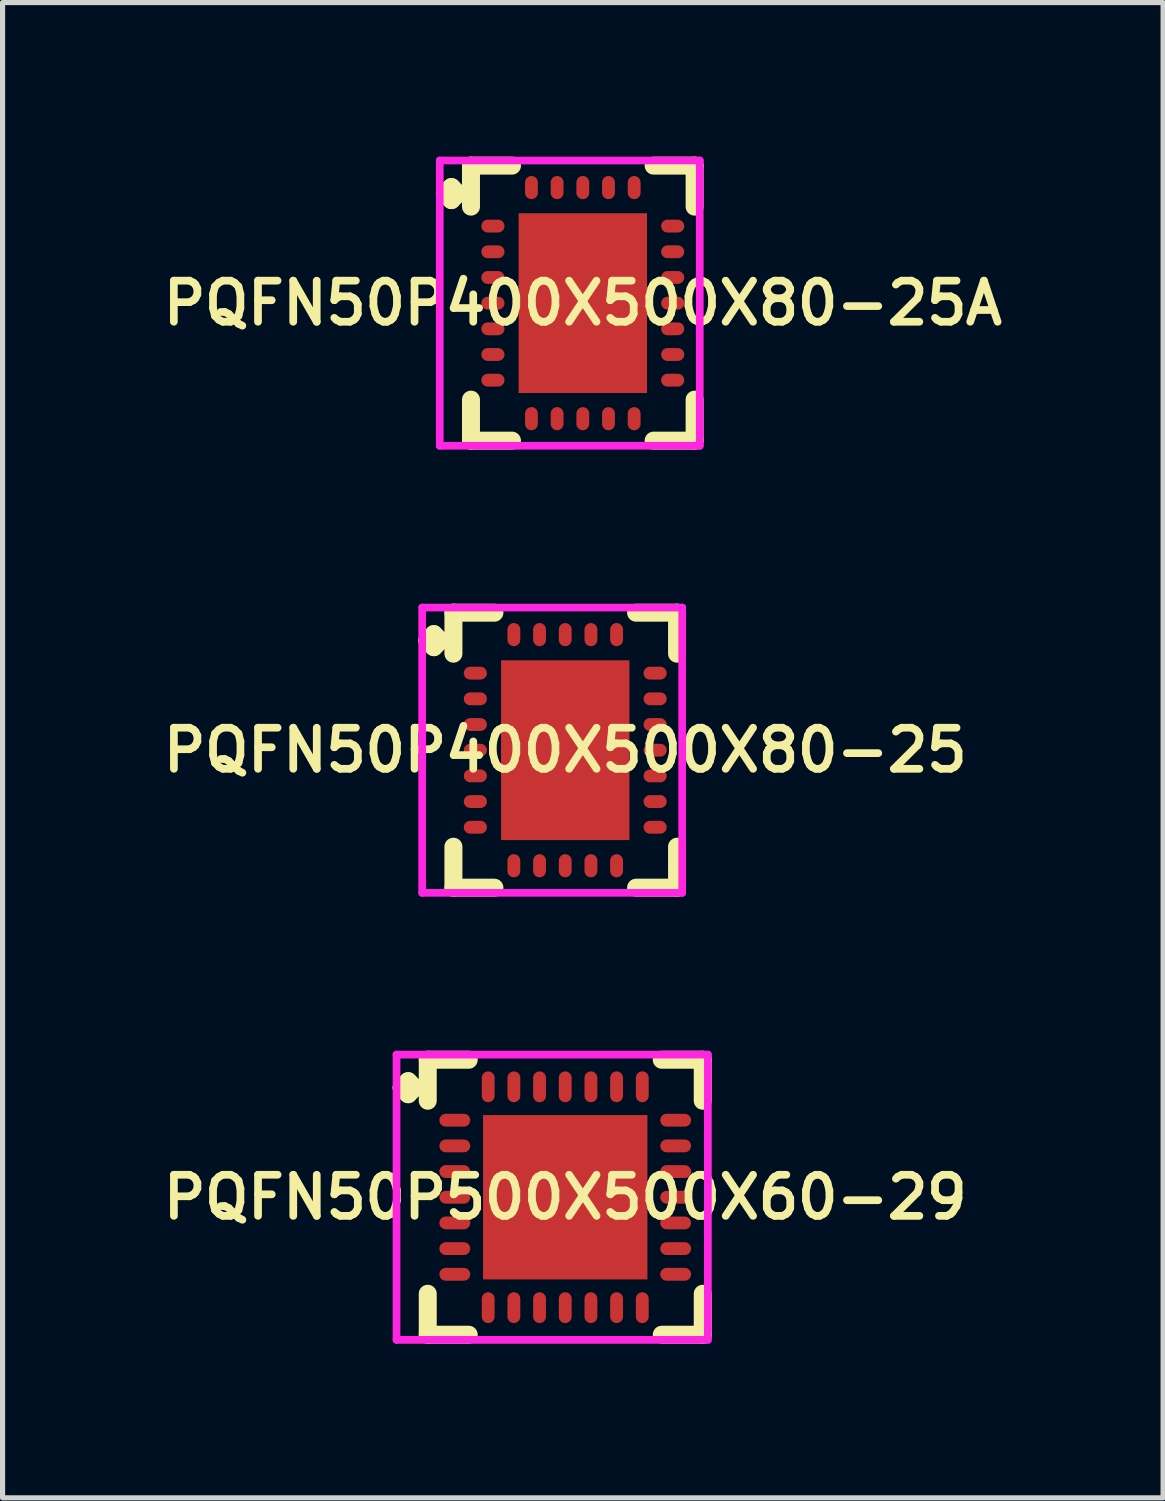
<source format=kicad_pcb>
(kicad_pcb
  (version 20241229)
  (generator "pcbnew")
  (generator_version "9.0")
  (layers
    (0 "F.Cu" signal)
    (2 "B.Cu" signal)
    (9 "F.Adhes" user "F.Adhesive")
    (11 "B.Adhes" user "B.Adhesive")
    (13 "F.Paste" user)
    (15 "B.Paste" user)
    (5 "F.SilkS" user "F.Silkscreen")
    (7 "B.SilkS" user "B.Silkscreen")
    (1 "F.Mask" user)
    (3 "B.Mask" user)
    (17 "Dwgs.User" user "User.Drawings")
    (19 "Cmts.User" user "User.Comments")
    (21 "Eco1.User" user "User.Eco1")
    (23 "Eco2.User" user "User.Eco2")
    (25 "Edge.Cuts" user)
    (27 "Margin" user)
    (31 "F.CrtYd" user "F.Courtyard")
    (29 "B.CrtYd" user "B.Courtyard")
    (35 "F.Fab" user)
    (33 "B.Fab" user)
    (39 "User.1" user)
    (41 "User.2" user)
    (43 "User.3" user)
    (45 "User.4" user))
  (footprint "PQFN50P400X500X80-25A"
    (layer "F.Cu")
    (at 8.297 2.852)
    (property "Reference" "PQFN50P400X500X80-25A" (at 0 0 0) (layer "F.SilkS") (effects (font (size 0.8 0.8) (thickness 0.15))))
    (attr smd)
    (fp_line (start -2.685 -2.133) (end -2.558 -2.26) (stroke (width 0.35) (type solid)) (layer "F.SilkS"))
    (fp_line (start -2.558 -2.26) (end -2.431 -2.133) (stroke (width 0.35) (type solid)) (layer "F.SilkS"))
    (fp_line (start -2.558 -2.006) (end -2.685 -2.133) (stroke (width 0.35) (type solid)) (layer "F.SilkS"))
    (fp_line (start -2.431 -2.133) (end -2.558 -2.006) (stroke (width 0.35) (type solid)) (layer "F.SilkS"))
    (fp_line (start -2.177 -2.677) (end -1.379 -2.677) (stroke (width 0.35) (type solid)) (layer "F.SilkS"))
    (fp_line (start -2.177 -1.879) (end -2.177 -2.677) (stroke (width 0.35) (type solid)) (layer "F.SilkS"))
    (fp_line (start -2.177 1.879) (end -2.177 2.677) (stroke (width 0.35) (type solid)) (layer "F.SilkS"))
    (fp_line (start -2.177 2.677) (end -1.379 2.677) (stroke (width 0.35) (type solid)) (layer "F.SilkS"))
    (fp_line (start 1.379 -2.677) (end 2.177 -2.677) (stroke (width 0.35) (type solid)) (layer "F.SilkS"))
    (fp_line (start 1.379 2.677) (end 2.177 2.677) (stroke (width 0.35) (type solid)) (layer "F.SilkS"))
    (fp_line (start 2.177 -2.677) (end 2.177 -1.879) (stroke (width 0.35) (type solid)) (layer "F.SilkS"))
    (fp_line (start 2.177 2.677) (end 2.177 1.879) (stroke (width 0.35) (type solid)) (layer "F.SilkS"))
    (fp_line (start -2.785 -2.777) (end 2.277 -2.777) (stroke (width 0.15) (type solid)) (layer "F.CrtYd"))
    (fp_line (start -2.785 2.777) (end -2.785 -2.777) (stroke (width 0.15) (type solid)) (layer "F.CrtYd"))
    (fp_line (start 2.277 -2.777) (end 2.277 2.777) (stroke (width 0.15) (type solid)) (layer "F.CrtYd"))
    (fp_line (start 2.277 2.777) (end -2.785 2.777) (stroke (width 0.15) (type solid)) (layer "F.CrtYd"))
    (pad "1" smd oval (at -1.75 -1.5) (size 0.45 0.25) (layers "F.Cu" "F.Mask" "F.Paste"))
    (pad "2" smd oval (at -1.75 -1) (size 0.45 0.25) (layers "F.Cu" "F.Mask" "F.Paste"))
    (pad "3" smd oval (at -1.75 -0.5) (size 0.45 0.25) (layers "F.Cu" "F.Mask" "F.Paste"))
    (pad "4" smd oval (at -1.75 0) (size 0.45 0.25) (layers "F.Cu" "F.Mask" "F.Paste"))
    (pad "5" smd oval (at -1.75 0.5) (size 0.45 0.25) (layers "F.Cu" "F.Mask" "F.Paste"))
    (pad "6" smd oval (at -1.75 1) (size 0.45 0.25) (layers "F.Cu" "F.Mask" "F.Paste"))
    (pad "7" smd oval (at -1.75 1.5) (size 0.45 0.25) (layers "F.Cu" "F.Mask" "F.Paste"))
    (pad "8" smd oval (at -1 2.25) (size 0.25 0.45) (layers "F.Cu" "F.Mask" "F.Paste"))
    (pad "9" smd oval (at -0.5 2.25) (size 0.25 0.45) (layers "F.Cu" "F.Mask" "F.Paste"))
    (pad "10" smd oval (at 0 2.25) (size 0.25 0.45) (layers "F.Cu" "F.Mask" "F.Paste"))
    (pad "11" smd oval (at 0.5 2.25) (size 0.25 0.45) (layers "F.Cu" "F.Mask" "F.Paste"))
    (pad "12" smd oval (at 1 2.25) (size 0.25 0.45) (layers "F.Cu" "F.Mask" "F.Paste"))
    (pad "13" smd oval (at 1.75 1.5) (size 0.45 0.25) (layers "F.Cu" "F.Mask" "F.Paste"))
    (pad "14" smd oval (at 1.75 1) (size 0.45 0.25) (layers "F.Cu" "F.Mask" "F.Paste"))
    (pad "15" smd oval (at 1.75 0.5) (size 0.45 0.25) (layers "F.Cu" "F.Mask" "F.Paste"))
    (pad "16" smd oval (at 1.75 0) (size 0.45 0.25) (layers "F.Cu" "F.Mask" "F.Paste"))
    (pad "17" smd oval (at 1.75 -0.5) (size 0.45 0.25) (layers "F.Cu" "F.Mask" "F.Paste"))
    (pad "18" smd oval (at 1.75 -1) (size 0.45 0.25) (layers "F.Cu" "F.Mask" "F.Paste"))
    (pad "19" smd oval (at 1.75 -1.5) (size 0.45 0.25) (layers "F.Cu" "F.Mask" "F.Paste"))
    (pad "20" smd oval (at 1 -2.25) (size 0.25 0.45) (layers "F.Cu" "F.Mask" "F.Paste"))
    (pad "21" smd oval (at 0.5 -2.25) (size 0.25 0.45) (layers "F.Cu" "F.Mask" "F.Paste"))
    (pad "22" smd oval (at 0 -2.25) (size 0.25 0.45) (layers "F.Cu" "F.Mask" "F.Paste"))
    (pad "23" smd oval (at -0.5 -2.25) (size 0.25 0.45) (layers "F.Cu" "F.Mask" "F.Paste"))
    (pad "24" smd oval (at -1 -2.25) (size 0.25 0.45) (layers "F.Cu" "F.Mask" "F.Paste"))
    (pad "25" smd rect (at 0 0) (size 2.5 3.5) (layers "F.Cu" "F.Mask" "F.Paste")))
  (footprint "PQFN50P400X500X80-25"
    (layer "F.Cu")
    (at 7.955 11.556)
    (property "Reference" "PQFN50P400X500X80-25" (at 0 0 0) (layer "F.SilkS") (effects (font (size 0.8 0.8) (thickness 0.15))))
    (attr smd)
    (fp_line (start -2.685 -2.133) (end -2.558 -2.26) (stroke (width 0.35) (type solid)) (layer "F.SilkS"))
    (fp_line (start -2.558 -2.26) (end -2.431 -2.133) (stroke (width 0.35) (type solid)) (layer "F.SilkS"))
    (fp_line (start -2.558 -2.006) (end -2.685 -2.133) (stroke (width 0.35) (type solid)) (layer "F.SilkS"))
    (fp_line (start -2.431 -2.133) (end -2.558 -2.006) (stroke (width 0.35) (type solid)) (layer "F.SilkS"))
    (fp_line (start -2.177 -2.677) (end -1.379 -2.677) (stroke (width 0.35) (type solid)) (layer "F.SilkS"))
    (fp_line (start -2.177 -1.879) (end -2.177 -2.677) (stroke (width 0.35) (type solid)) (layer "F.SilkS"))
    (fp_line (start -2.177 1.879) (end -2.177 2.677) (stroke (width 0.35) (type solid)) (layer "F.SilkS"))
    (fp_line (start -2.177 2.677) (end -1.379 2.677) (stroke (width 0.35) (type solid)) (layer "F.SilkS"))
    (fp_line (start 1.379 -2.677) (end 2.177 -2.677) (stroke (width 0.35) (type solid)) (layer "F.SilkS"))
    (fp_line (start 1.379 2.677) (end 2.177 2.677) (stroke (width 0.35) (type solid)) (layer "F.SilkS"))
    (fp_line (start 2.177 -2.677) (end 2.177 -1.879) (stroke (width 0.35) (type solid)) (layer "F.SilkS"))
    (fp_line (start 2.177 2.677) (end 2.177 1.879) (stroke (width 0.35) (type solid)) (layer "F.SilkS"))
    (fp_line (start -2.785 -2.777) (end 2.277 -2.777) (stroke (width 0.15) (type solid)) (layer "F.CrtYd"))
    (fp_line (start -2.785 2.777) (end -2.785 -2.777) (stroke (width 0.15) (type solid)) (layer "F.CrtYd"))
    (fp_line (start 2.277 -2.777) (end 2.277 2.777) (stroke (width 0.15) (type solid)) (layer "F.CrtYd"))
    (fp_line (start 2.277 2.777) (end -2.785 2.777) (stroke (width 0.15) (type solid)) (layer "F.CrtYd"))
    (pad "1" smd oval (at -1.75 -1.5) (size 0.45 0.25) (layers "F.Cu" "F.Mask" "F.Paste"))
    (pad "2" smd oval (at -1.75 -1) (size 0.45 0.25) (layers "F.Cu" "F.Mask" "F.Paste"))
    (pad "3" smd oval (at -1.75 -0.5) (size 0.45 0.25) (layers "F.Cu" "F.Mask" "F.Paste"))
    (pad "4" smd oval (at -1.75 0) (size 0.45 0.25) (layers "F.Cu" "F.Mask" "F.Paste"))
    (pad "5" smd oval (at -1.75 0.5) (size 0.45 0.25) (layers "F.Cu" "F.Mask" "F.Paste"))
    (pad "6" smd oval (at -1.75 1) (size 0.45 0.25) (layers "F.Cu" "F.Mask" "F.Paste"))
    (pad "7" smd oval (at -1.75 1.5) (size 0.45 0.25) (layers "F.Cu" "F.Mask" "F.Paste"))
    (pad "8" smd oval (at -1 2.25) (size 0.25 0.45) (layers "F.Cu" "F.Mask" "F.Paste"))
    (pad "9" smd oval (at -0.5 2.25) (size 0.25 0.45) (layers "F.Cu" "F.Mask" "F.Paste"))
    (pad "10" smd oval (at 0 2.25) (size 0.25 0.45) (layers "F.Cu" "F.Mask" "F.Paste"))
    (pad "11" smd oval (at 0.5 2.25) (size 0.25 0.45) (layers "F.Cu" "F.Mask" "F.Paste"))
    (pad "12" smd oval (at 1 2.25) (size 0.25 0.45) (layers "F.Cu" "F.Mask" "F.Paste"))
    (pad "13" smd oval (at 1.75 1.5) (size 0.45 0.25) (layers "F.Cu" "F.Mask" "F.Paste"))
    (pad "14" smd oval (at 1.75 1) (size 0.45 0.25) (layers "F.Cu" "F.Mask" "F.Paste"))
    (pad "15" smd oval (at 1.75 0.5) (size 0.45 0.25) (layers "F.Cu" "F.Mask" "F.Paste"))
    (pad "16" smd oval (at 1.75 0) (size 0.45 0.25) (layers "F.Cu" "F.Mask" "F.Paste"))
    (pad "17" smd oval (at 1.75 -0.5) (size 0.45 0.25) (layers "F.Cu" "F.Mask" "F.Paste"))
    (pad "18" smd oval (at 1.75 -1) (size 0.45 0.25) (layers "F.Cu" "F.Mask" "F.Paste"))
    (pad "19" smd oval (at 1.75 -1.5) (size 0.45 0.25) (layers "F.Cu" "F.Mask" "F.Paste"))
    (pad "20" smd oval (at 1 -2.25) (size 0.25 0.45) (layers "F.Cu" "F.Mask" "F.Paste"))
    (pad "21" smd oval (at 0.5 -2.25) (size 0.25 0.45) (layers "F.Cu" "F.Mask" "F.Paste"))
    (pad "22" smd oval (at 0 -2.25) (size 0.25 0.45) (layers "F.Cu" "F.Mask" "F.Paste"))
    (pad "23" smd oval (at -0.5 -2.25) (size 0.25 0.45) (layers "F.Cu" "F.Mask" "F.Paste"))
    (pad "24" smd oval (at -1 -2.25) (size 0.25 0.45) (layers "F.Cu" "F.Mask" "F.Paste"))
    (pad "25" smd rect (at 0 0) (size 2.5 3.5) (layers "F.Cu" "F.Mask" "F.Paste")))
  (footprint "PQFN50P500X500X60-29"
    (layer "F.Cu")
    (at 7.955 20.26)
    (property "Reference" "PQFN50P500X500X60-29" (at 0 0 0) (layer "F.SilkS") (effects (font (size 0.8 0.8) (thickness 0.15))))
    (attr smd)
    (fp_line (start -3.185 -2.133) (end -3.058 -2.26) (stroke (width 0.35) (type solid)) (layer "F.SilkS"))
    (fp_line (start -3.058 -2.26) (end -2.931 -2.133) (stroke (width 0.35) (type solid)) (layer "F.SilkS"))
    (fp_line (start -3.058 -2.006) (end -3.185 -2.133) (stroke (width 0.35) (type solid)) (layer "F.SilkS"))
    (fp_line (start -2.931 -2.133) (end -3.058 -2.006) (stroke (width 0.35) (type solid)) (layer "F.SilkS"))
    (fp_line (start -2.677 -2.677) (end -1.879 -2.677) (stroke (width 0.35) (type solid)) (layer "F.SilkS"))
    (fp_line (start -2.677 -1.879) (end -2.677 -2.677) (stroke (width 0.35) (type solid)) (layer "F.SilkS"))
    (fp_line (start -2.677 1.879) (end -2.677 2.677) (stroke (width 0.35) (type solid)) (layer "F.SilkS"))
    (fp_line (start -2.677 2.677) (end -1.879 2.677) (stroke (width 0.35) (type solid)) (layer "F.SilkS"))
    (fp_line (start 1.879 -2.677) (end 2.677 -2.677) (stroke (width 0.35) (type solid)) (layer "F.SilkS"))
    (fp_line (start 1.879 2.677) (end 2.677 2.677) (stroke (width 0.35) (type solid)) (layer "F.SilkS"))
    (fp_line (start 2.677 -2.677) (end 2.677 -1.879) (stroke (width 0.35) (type solid)) (layer "F.SilkS"))
    (fp_line (start 2.677 2.677) (end 2.677 1.879) (stroke (width 0.35) (type solid)) (layer "F.SilkS"))
    (fp_line (start -3.285 -2.777) (end 2.777 -2.777) (stroke (width 0.15) (type solid)) (layer "F.CrtYd"))
    (fp_line (start -3.285 2.777) (end -3.285 -2.777) (stroke (width 0.15) (type solid)) (layer "F.CrtYd"))
    (fp_line (start 2.777 -2.777) (end 2.777 2.777) (stroke (width 0.15) (type solid)) (layer "F.CrtYd"))
    (fp_line (start 2.777 2.777) (end -3.285 2.777) (stroke (width 0.15) (type solid)) (layer "F.CrtYd"))
    (pad "1" smd oval (at -2.15 -1.5) (size 0.6 0.25) (layers "F.Cu" "F.Mask" "F.Paste"))
    (pad "2" smd oval (at -2.15 -1) (size 0.6 0.25) (layers "F.Cu" "F.Mask" "F.Paste"))
    (pad "3" smd oval (at -2.15 -0.5) (size 0.6 0.25) (layers "F.Cu" "F.Mask" "F.Paste"))
    (pad "4" smd oval (at -2.15 0) (size 0.6 0.25) (layers "F.Cu" "F.Mask" "F.Paste"))
    (pad "5" smd oval (at -2.15 0.5) (size 0.6 0.25) (layers "F.Cu" "F.Mask" "F.Paste"))
    (pad "6" smd oval (at -2.15 1) (size 0.6 0.25) (layers "F.Cu" "F.Mask" "F.Paste"))
    (pad "7" smd oval (at -2.15 1.5) (size 0.6 0.25) (layers "F.Cu" "F.Mask" "F.Paste"))
    (pad "8" smd oval (at -1.5 2.15) (size 0.25 0.6) (layers "F.Cu" "F.Mask" "F.Paste"))
    (pad "9" smd oval (at -1 2.15) (size 0.25 0.6) (layers "F.Cu" "F.Mask" "F.Paste"))
    (pad "10" smd oval (at -0.5 2.15) (size 0.25 0.6) (layers "F.Cu" "F.Mask" "F.Paste"))
    (pad "11" smd oval (at 0 2.15) (size 0.25 0.6) (layers "F.Cu" "F.Mask" "F.Paste"))
    (pad "12" smd oval (at 0.5 2.15) (size 0.25 0.6) (layers "F.Cu" "F.Mask" "F.Paste"))
    (pad "13" smd oval (at 1 2.15) (size 0.25 0.6) (layers "F.Cu" "F.Mask" "F.Paste"))
    (pad "14" smd oval (at 1.5 2.15) (size 0.25 0.6) (layers "F.Cu" "F.Mask" "F.Paste"))
    (pad "15" smd oval (at 2.15 1.5) (size 0.6 0.25) (layers "F.Cu" "F.Mask" "F.Paste"))
    (pad "16" smd oval (at 2.15 1) (size 0.6 0.25) (layers "F.Cu" "F.Mask" "F.Paste"))
    (pad "17" smd oval (at 2.15 0.5) (size 0.6 0.25) (layers "F.Cu" "F.Mask" "F.Paste"))
    (pad "18" smd oval (at 2.15 0) (size 0.6 0.25) (layers "F.Cu" "F.Mask" "F.Paste"))
    (pad "19" smd oval (at 2.15 -0.5) (size 0.6 0.25) (layers "F.Cu" "F.Mask" "F.Paste"))
    (pad "20" smd oval (at 2.15 -1) (size 0.6 0.25) (layers "F.Cu" "F.Mask" "F.Paste"))
    (pad "21" smd oval (at 2.15 -1.5) (size 0.6 0.25) (layers "F.Cu" "F.Mask" "F.Paste"))
    (pad "22" smd oval (at 1.5 -2.15) (size 0.25 0.6) (layers "F.Cu" "F.Mask" "F.Paste"))
    (pad "23" smd oval (at 1 -2.15) (size 0.25 0.6) (layers "F.Cu" "F.Mask" "F.Paste"))
    (pad "24" smd oval (at 0.5 -2.15) (size 0.25 0.6) (layers "F.Cu" "F.Mask" "F.Paste"))
    (pad "25" smd oval (at 0 -2.15) (size 0.25 0.6) (layers "F.Cu" "F.Mask" "F.Paste"))
    (pad "26" smd oval (at -0.5 -2.15) (size 0.25 0.6) (layers "F.Cu" "F.Mask" "F.Paste"))
    (pad "27" smd oval (at -1 -2.15) (size 0.25 0.6) (layers "F.Cu" "F.Mask" "F.Paste"))
    (pad "28" smd oval (at -1.5 -2.15) (size 0.25 0.6) (layers "F.Cu" "F.Mask" "F.Paste"))
    (pad "29" smd rect (at 0 0) (size 3.2 3.2) (layers "F.Cu" "F.Mask" "F.Paste")))
  (gr_rect
    (start -3 -3)
    (end 19.595 26.112)
    (stroke (width 0.1) (type default))
    (fill no)
    (layer "Edge.Cuts")))
</source>
